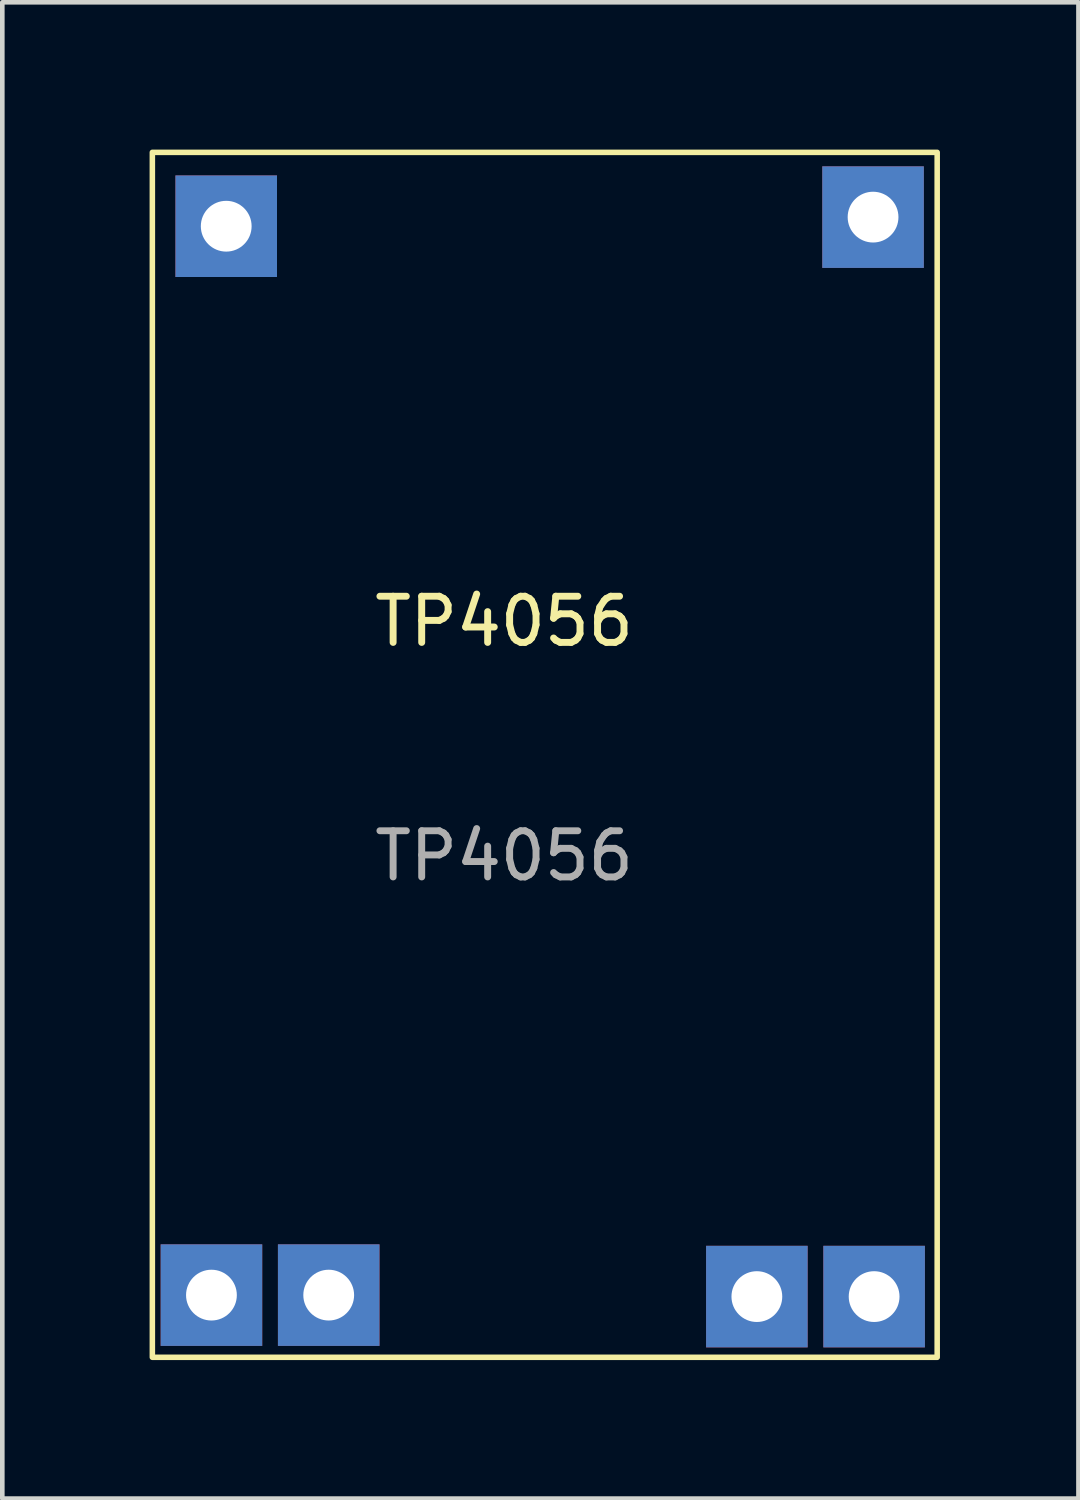
<source format=kicad_pcb>
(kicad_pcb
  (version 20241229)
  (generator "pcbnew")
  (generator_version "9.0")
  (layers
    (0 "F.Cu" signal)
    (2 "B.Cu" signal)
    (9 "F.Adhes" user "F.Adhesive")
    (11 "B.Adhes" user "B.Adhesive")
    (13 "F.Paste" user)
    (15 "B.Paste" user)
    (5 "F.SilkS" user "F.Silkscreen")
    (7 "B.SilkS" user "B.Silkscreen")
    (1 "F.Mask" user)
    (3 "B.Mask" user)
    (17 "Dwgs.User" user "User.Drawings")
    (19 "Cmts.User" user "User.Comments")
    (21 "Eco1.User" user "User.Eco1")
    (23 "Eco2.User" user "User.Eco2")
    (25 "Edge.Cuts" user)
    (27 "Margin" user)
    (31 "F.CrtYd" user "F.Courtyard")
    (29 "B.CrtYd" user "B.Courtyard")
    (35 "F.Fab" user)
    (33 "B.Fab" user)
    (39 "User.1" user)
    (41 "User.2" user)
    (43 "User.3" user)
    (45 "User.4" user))
  (footprint "TP4056"
    (layer "F.Cu")
    (at 0.25 0.25)
    (property "Reference" "TP4056" (at 7.62 10.16 0) (unlocked yes) (layer "F.SilkS") (effects (font (size 1 1) (thickness 0.15))))
    (attr through_hole)
    (fp_rect (start 0 0) (end 17 26.1) (stroke (width 0.12) (type solid)) (fill no) (layer "F.SilkS"))
    (fp_text user "${REFERENCE}" (at 7.62 15.24 0) (unlocked yes) (layer "F.Fab") (effects (font (size 1 1) (thickness 0.15))))
    (pad "1" thru_hole rect (at 15.611 1.403) (size 2.2 2.2) (drill 1.1) (layers "*.Cu" "*.Mask"))
    (pad "2" thru_hole rect (at 1.6 1.6) (size 2.2 2.2) (drill 1.1) (layers "*.Cu" "*.Mask"))
    (pad "3" thru_hole rect (at 13.094 24.785) (size 2.2 2.2) (drill 1.1) (layers "*.Cu" "*.Mask"))
    (pad "4" thru_hole rect (at 3.82 24.753) (size 2.2 2.2) (drill 1.1) (layers "*.Cu" "*.Mask"))
    (pad "5" thru_hole rect (at 15.634 24.785) (size 2.2 2.2) (drill 1.1) (layers "*.Cu" "*.Mask"))
    (pad "6" thru_hole rect (at 1.28 24.753) (size 2.2 2.2) (drill 1.1) (layers "*.Cu" "*.Mask")))
  (gr_rect
    (start -3 -3)
    (end 20.31 29.41)
    (stroke (width 0.1) (type default))
    (fill no)
    (layer "Edge.Cuts")))
</source>
